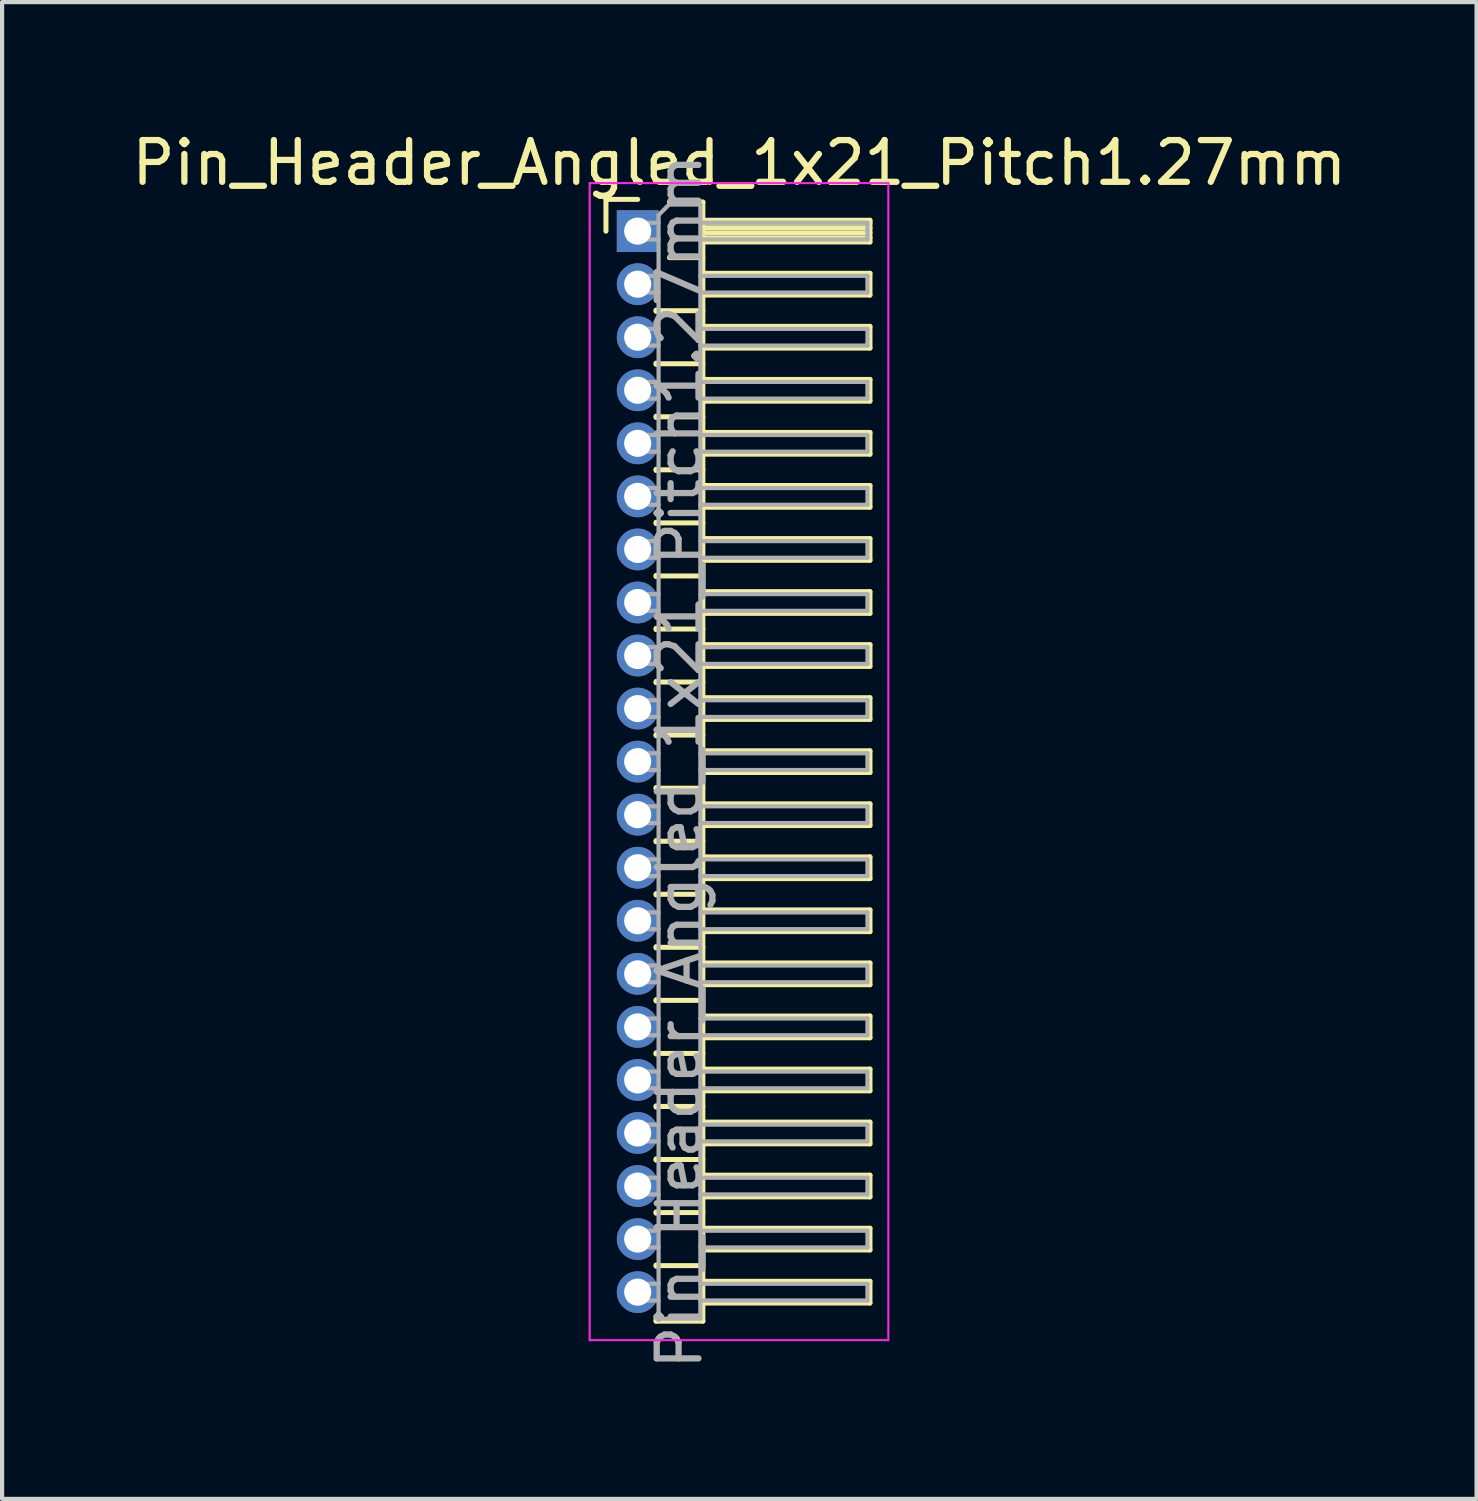
<source format=kicad_pcb>
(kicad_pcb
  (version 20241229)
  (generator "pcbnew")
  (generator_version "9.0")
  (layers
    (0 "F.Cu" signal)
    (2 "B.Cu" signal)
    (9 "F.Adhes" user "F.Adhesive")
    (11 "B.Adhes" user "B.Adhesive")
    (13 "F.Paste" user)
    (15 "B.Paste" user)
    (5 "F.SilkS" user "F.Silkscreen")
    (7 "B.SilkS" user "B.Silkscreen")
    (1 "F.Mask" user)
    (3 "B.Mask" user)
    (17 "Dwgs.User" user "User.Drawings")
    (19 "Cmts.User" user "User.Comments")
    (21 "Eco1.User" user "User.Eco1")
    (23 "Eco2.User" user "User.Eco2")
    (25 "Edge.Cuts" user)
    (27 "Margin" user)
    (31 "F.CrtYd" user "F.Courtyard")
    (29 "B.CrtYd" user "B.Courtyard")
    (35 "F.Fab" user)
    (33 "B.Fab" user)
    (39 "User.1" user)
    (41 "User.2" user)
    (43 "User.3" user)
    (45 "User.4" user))
  (footprint "Pin_Header_Angled_1x21_Pitch1.27mm"
    (layer "F.Cu")
    (at 12.216 2.483)
    (property "Reference" "Pin_Header_Angled_1x21_Pitch1.27mm" (at 2.433 -1.635 0) (layer "F.SilkS") (effects (font (size 1 1) (thickness 0.15))))
    (attr through_hole)
    (fp_line (start -0.76 -0.76) (end 0 -0.76) (stroke (width 0.12) (type solid)) (layer "F.SilkS"))
    (fp_line (start -0.76 0) (end -0.76 -0.76) (stroke (width 0.12) (type solid)) (layer "F.SilkS"))
    (fp_line (start 0.44 1.89) (end 0.44 1.92) (stroke (width 0.12) (type solid)) (layer "F.SilkS"))
    (fp_line (start 0.44 1.905) (end 1.56 1.905) (stroke (width 0.12) (type solid)) (layer "F.SilkS"))
    (fp_line (start 0.44 3.16) (end 0.44 3.19) (stroke (width 0.12) (type solid)) (layer "F.SilkS"))
    (fp_line (start 0.44 3.175) (end 1.56 3.175) (stroke (width 0.12) (type solid)) (layer "F.SilkS"))
    (fp_line (start 0.44 4.43) (end 0.44 4.46) (stroke (width 0.12) (type solid)) (layer "F.SilkS"))
    (fp_line (start 0.44 4.445) (end 1.56 4.445) (stroke (width 0.12) (type solid)) (layer "F.SilkS"))
    (fp_line (start 0.44 5.7) (end 0.44 5.73) (stroke (width 0.12) (type solid)) (layer "F.SilkS"))
    (fp_line (start 0.44 5.715) (end 1.56 5.715) (stroke (width 0.12) (type solid)) (layer "F.SilkS"))
    (fp_line (start 0.44 6.97) (end 0.44 7) (stroke (width 0.12) (type solid)) (layer "F.SilkS"))
    (fp_line (start 0.44 6.985) (end 1.56 6.985) (stroke (width 0.12) (type solid)) (layer "F.SilkS"))
    (fp_line (start 0.44 8.24) (end 0.44 8.27) (stroke (width 0.12) (type solid)) (layer "F.SilkS"))
    (fp_line (start 0.44 8.255) (end 1.56 8.255) (stroke (width 0.12) (type solid)) (layer "F.SilkS"))
    (fp_line (start 0.44 9.51) (end 0.44 9.54) (stroke (width 0.12) (type solid)) (layer "F.SilkS"))
    (fp_line (start 0.44 9.525) (end 1.56 9.525) (stroke (width 0.12) (type solid)) (layer "F.SilkS"))
    (fp_line (start 0.44 10.78) (end 0.44 10.81) (stroke (width 0.12) (type solid)) (layer "F.SilkS"))
    (fp_line (start 0.44 10.795) (end 1.56 10.795) (stroke (width 0.12) (type solid)) (layer "F.SilkS"))
    (fp_line (start 0.44 12.05) (end 0.44 12.08) (stroke (width 0.12) (type solid)) (layer "F.SilkS"))
    (fp_line (start 0.44 12.065) (end 1.56 12.065) (stroke (width 0.12) (type solid)) (layer "F.SilkS"))
    (fp_line (start 0.44 13.32) (end 0.44 13.35) (stroke (width 0.12) (type solid)) (layer "F.SilkS"))
    (fp_line (start 0.44 13.335) (end 1.56 13.335) (stroke (width 0.12) (type solid)) (layer "F.SilkS"))
    (fp_line (start 0.44 14.59) (end 0.44 14.62) (stroke (width 0.12) (type solid)) (layer "F.SilkS"))
    (fp_line (start 0.44 14.605) (end 1.56 14.605) (stroke (width 0.12) (type solid)) (layer "F.SilkS"))
    (fp_line (start 0.44 15.86) (end 0.44 15.89) (stroke (width 0.12) (type solid)) (layer "F.SilkS"))
    (fp_line (start 0.44 15.875) (end 1.56 15.875) (stroke (width 0.12) (type solid)) (layer "F.SilkS"))
    (fp_line (start 0.44 17.13) (end 0.44 17.16) (stroke (width 0.12) (type solid)) (layer "F.SilkS"))
    (fp_line (start 0.44 17.145) (end 1.56 17.145) (stroke (width 0.12) (type solid)) (layer "F.SilkS"))
    (fp_line (start 0.44 18.4) (end 0.44 18.43) (stroke (width 0.12) (type solid)) (layer "F.SilkS"))
    (fp_line (start 0.44 18.415) (end 1.56 18.415) (stroke (width 0.12) (type solid)) (layer "F.SilkS"))
    (fp_line (start 0.44 19.67) (end 0.44 19.7) (stroke (width 0.12) (type solid)) (layer "F.SilkS"))
    (fp_line (start 0.44 19.685) (end 1.56 19.685) (stroke (width 0.12) (type solid)) (layer "F.SilkS"))
    (fp_line (start 0.44 20.94) (end 0.44 20.97) (stroke (width 0.12) (type solid)) (layer "F.SilkS"))
    (fp_line (start 0.44 20.955) (end 1.56 20.955) (stroke (width 0.12) (type solid)) (layer "F.SilkS"))
    (fp_line (start 0.44 22.21) (end 0.44 22.24) (stroke (width 0.12) (type solid)) (layer "F.SilkS"))
    (fp_line (start 0.44 22.225) (end 1.56 22.225) (stroke (width 0.12) (type solid)) (layer "F.SilkS"))
    (fp_line (start 0.44 23.48) (end 0.44 23.51) (stroke (width 0.12) (type solid)) (layer "F.SilkS"))
    (fp_line (start 0.44 23.495) (end 1.56 23.495) (stroke (width 0.12) (type solid)) (layer "F.SilkS"))
    (fp_line (start 0.44 24.75) (end 0.44 24.78) (stroke (width 0.12) (type solid)) (layer "F.SilkS"))
    (fp_line (start 0.44 24.765) (end 1.56 24.765) (stroke (width 0.12) (type solid)) (layer "F.SilkS"))
    (fp_line (start 0.44 26.095) (end 0.44 26.02) (stroke (width 0.12) (type solid)) (layer "F.SilkS"))
    (fp_line (start 0.76 -0.695) (end 1.56 -0.695) (stroke (width 0.12) (type solid)) (layer "F.SilkS"))
    (fp_line (start 0.76 0.635) (end 1.56 0.635) (stroke (width 0.12) (type solid)) (layer "F.SilkS"))
    (fp_line (start 1.56 -0.695) (end 1.56 26.095) (stroke (width 0.12) (type solid)) (layer "F.SilkS"))
    (fp_line (start 1.56 -0.26) (end 5.56 -0.26) (stroke (width 0.12) (type solid)) (layer "F.SilkS"))
    (fp_line (start 1.56 -0.2) (end 5.56 -0.2) (stroke (width 0.12) (type solid)) (layer "F.SilkS"))
    (fp_line (start 1.56 -0.08) (end 5.56 -0.08) (stroke (width 0.12) (type solid)) (layer "F.SilkS"))
    (fp_line (start 1.56 0.04) (end 5.56 0.04) (stroke (width 0.12) (type solid)) (layer "F.SilkS"))
    (fp_line (start 1.56 0.16) (end 5.56 0.16) (stroke (width 0.12) (type solid)) (layer "F.SilkS"))
    (fp_line (start 1.56 1.01) (end 5.56 1.01) (stroke (width 0.12) (type solid)) (layer "F.SilkS"))
    (fp_line (start 1.56 2.28) (end 5.56 2.28) (stroke (width 0.12) (type solid)) (layer "F.SilkS"))
    (fp_line (start 1.56 3.55) (end 5.56 3.55) (stroke (width 0.12) (type solid)) (layer "F.SilkS"))
    (fp_line (start 1.56 4.82) (end 5.56 4.82) (stroke (width 0.12) (type solid)) (layer "F.SilkS"))
    (fp_line (start 1.56 6.09) (end 5.56 6.09) (stroke (width 0.12) (type solid)) (layer "F.SilkS"))
    (fp_line (start 1.56 7.36) (end 5.56 7.36) (stroke (width 0.12) (type solid)) (layer "F.SilkS"))
    (fp_line (start 1.56 8.63) (end 5.56 8.63) (stroke (width 0.12) (type solid)) (layer "F.SilkS"))
    (fp_line (start 1.56 9.9) (end 5.56 9.9) (stroke (width 0.12) (type solid)) (layer "F.SilkS"))
    (fp_line (start 1.56 11.17) (end 5.56 11.17) (stroke (width 0.12) (type solid)) (layer "F.SilkS"))
    (fp_line (start 1.56 12.44) (end 5.56 12.44) (stroke (width 0.12) (type solid)) (layer "F.SilkS"))
    (fp_line (start 1.56 13.71) (end 5.56 13.71) (stroke (width 0.12) (type solid)) (layer "F.SilkS"))
    (fp_line (start 1.56 14.98) (end 5.56 14.98) (stroke (width 0.12) (type solid)) (layer "F.SilkS"))
    (fp_line (start 1.56 16.25) (end 5.56 16.25) (stroke (width 0.12) (type solid)) (layer "F.SilkS"))
    (fp_line (start 1.56 17.52) (end 5.56 17.52) (stroke (width 0.12) (type solid)) (layer "F.SilkS"))
    (fp_line (start 1.56 18.79) (end 5.56 18.79) (stroke (width 0.12) (type solid)) (layer "F.SilkS"))
    (fp_line (start 1.56 20.06) (end 5.56 20.06) (stroke (width 0.12) (type solid)) (layer "F.SilkS"))
    (fp_line (start 1.56 21.33) (end 5.56 21.33) (stroke (width 0.12) (type solid)) (layer "F.SilkS"))
    (fp_line (start 1.56 22.6) (end 5.56 22.6) (stroke (width 0.12) (type solid)) (layer "F.SilkS"))
    (fp_line (start 1.56 23.87) (end 5.56 23.87) (stroke (width 0.12) (type solid)) (layer "F.SilkS"))
    (fp_line (start 1.56 25.14) (end 5.56 25.14) (stroke (width 0.12) (type solid)) (layer "F.SilkS"))
    (fp_line (start 1.56 26.095) (end 0.44 26.095) (stroke (width 0.12) (type solid)) (layer "F.SilkS"))
    (fp_line (start 5.56 -0.26) (end 5.56 0.26) (stroke (width 0.12) (type solid)) (layer "F.SilkS"))
    (fp_line (start 5.56 0.26) (end 1.56 0.26) (stroke (width 0.12) (type solid)) (layer "F.SilkS"))
    (fp_line (start 5.56 1.01) (end 5.56 1.53) (stroke (width 0.12) (type solid)) (layer "F.SilkS"))
    (fp_line (start 5.56 1.53) (end 1.56 1.53) (stroke (width 0.12) (type solid)) (layer "F.SilkS"))
    (fp_line (start 5.56 2.28) (end 5.56 2.8) (stroke (width 0.12) (type solid)) (layer "F.SilkS"))
    (fp_line (start 5.56 2.8) (end 1.56 2.8) (stroke (width 0.12) (type solid)) (layer "F.SilkS"))
    (fp_line (start 5.56 3.55) (end 5.56 4.07) (stroke (width 0.12) (type solid)) (layer "F.SilkS"))
    (fp_line (start 5.56 4.07) (end 1.56 4.07) (stroke (width 0.12) (type solid)) (layer "F.SilkS"))
    (fp_line (start 5.56 4.82) (end 5.56 5.34) (stroke (width 0.12) (type solid)) (layer "F.SilkS"))
    (fp_line (start 5.56 5.34) (end 1.56 5.34) (stroke (width 0.12) (type solid)) (layer "F.SilkS"))
    (fp_line (start 5.56 6.09) (end 5.56 6.61) (stroke (width 0.12) (type solid)) (layer "F.SilkS"))
    (fp_line (start 5.56 6.61) (end 1.56 6.61) (stroke (width 0.12) (type solid)) (layer "F.SilkS"))
    (fp_line (start 5.56 7.36) (end 5.56 7.88) (stroke (width 0.12) (type solid)) (layer "F.SilkS"))
    (fp_line (start 5.56 7.88) (end 1.56 7.88) (stroke (width 0.12) (type solid)) (layer "F.SilkS"))
    (fp_line (start 5.56 8.63) (end 5.56 9.15) (stroke (width 0.12) (type solid)) (layer "F.SilkS"))
    (fp_line (start 5.56 9.15) (end 1.56 9.15) (stroke (width 0.12) (type solid)) (layer "F.SilkS"))
    (fp_line (start 5.56 9.9) (end 5.56 10.42) (stroke (width 0.12) (type solid)) (layer "F.SilkS"))
    (fp_line (start 5.56 10.42) (end 1.56 10.42) (stroke (width 0.12) (type solid)) (layer "F.SilkS"))
    (fp_line (start 5.56 11.17) (end 5.56 11.69) (stroke (width 0.12) (type solid)) (layer "F.SilkS"))
    (fp_line (start 5.56 11.69) (end 1.56 11.69) (stroke (width 0.12) (type solid)) (layer "F.SilkS"))
    (fp_line (start 5.56 12.44) (end 5.56 12.96) (stroke (width 0.12) (type solid)) (layer "F.SilkS"))
    (fp_line (start 5.56 12.96) (end 1.56 12.96) (stroke (width 0.12) (type solid)) (layer "F.SilkS"))
    (fp_line (start 5.56 13.71) (end 5.56 14.23) (stroke (width 0.12) (type solid)) (layer "F.SilkS"))
    (fp_line (start 5.56 14.23) (end 1.56 14.23) (stroke (width 0.12) (type solid)) (layer "F.SilkS"))
    (fp_line (start 5.56 14.98) (end 5.56 15.5) (stroke (width 0.12) (type solid)) (layer "F.SilkS"))
    (fp_line (start 5.56 15.5) (end 1.56 15.5) (stroke (width 0.12) (type solid)) (layer "F.SilkS"))
    (fp_line (start 5.56 16.25) (end 5.56 16.77) (stroke (width 0.12) (type solid)) (layer "F.SilkS"))
    (fp_line (start 5.56 16.77) (end 1.56 16.77) (stroke (width 0.12) (type solid)) (layer "F.SilkS"))
    (fp_line (start 5.56 17.52) (end 5.56 18.04) (stroke (width 0.12) (type solid)) (layer "F.SilkS"))
    (fp_line (start 5.56 18.04) (end 1.56 18.04) (stroke (width 0.12) (type solid)) (layer "F.SilkS"))
    (fp_line (start 5.56 18.79) (end 5.56 19.31) (stroke (width 0.12) (type solid)) (layer "F.SilkS"))
    (fp_line (start 5.56 19.31) (end 1.56 19.31) (stroke (width 0.12) (type solid)) (layer "F.SilkS"))
    (fp_line (start 5.56 20.06) (end 5.56 20.58) (stroke (width 0.12) (type solid)) (layer "F.SilkS"))
    (fp_line (start 5.56 20.58) (end 1.56 20.58) (stroke (width 0.12) (type solid)) (layer "F.SilkS"))
    (fp_line (start 5.56 21.33) (end 5.56 21.85) (stroke (width 0.12) (type solid)) (layer "F.SilkS"))
    (fp_line (start 5.56 21.85) (end 1.56 21.85) (stroke (width 0.12) (type solid)) (layer "F.SilkS"))
    (fp_line (start 5.56 22.6) (end 5.56 23.12) (stroke (width 0.12) (type solid)) (layer "F.SilkS"))
    (fp_line (start 5.56 23.12) (end 1.56 23.12) (stroke (width 0.12) (type solid)) (layer "F.SilkS"))
    (fp_line (start 5.56 23.87) (end 5.56 24.39) (stroke (width 0.12) (type solid)) (layer "F.SilkS"))
    (fp_line (start 5.56 24.39) (end 1.56 24.39) (stroke (width 0.12) (type solid)) (layer "F.SilkS"))
    (fp_line (start 5.56 25.14) (end 5.56 25.66) (stroke (width 0.12) (type solid)) (layer "F.SilkS"))
    (fp_line (start 5.56 25.66) (end 1.56 25.66) (stroke (width 0.12) (type solid)) (layer "F.SilkS"))
    (fp_line (start -1.15 -1.15) (end -1.15 26.55) (stroke (width 0.05) (type solid)) (layer "F.CrtYd"))
    (fp_line (start -1.15 26.55) (end 6 26.55) (stroke (width 0.05) (type solid)) (layer "F.CrtYd"))
    (fp_line (start 6 -1.15) (end -1.15 -1.15) (stroke (width 0.05) (type solid)) (layer "F.CrtYd"))
    (fp_line (start 6 26.55) (end 6 -1.15) (stroke (width 0.05) (type solid)) (layer "F.CrtYd"))
    (fp_line (start -0.2 -0.2) (end -0.2 0.2) (stroke (width 0.1) (type solid)) (layer "F.Fab"))
    (fp_line (start -0.2 -0.2) (end 0.5 -0.2) (stroke (width 0.1) (type solid)) (layer "F.Fab"))
    (fp_line (start -0.2 0.2) (end 0.5 0.2) (stroke (width 0.1) (type solid)) (layer "F.Fab"))
    (fp_line (start -0.2 1.07) (end -0.2 1.47) (stroke (width 0.1) (type solid)) (layer "F.Fab"))
    (fp_line (start -0.2 1.07) (end 0.5 1.07) (stroke (width 0.1) (type solid)) (layer "F.Fab"))
    (fp_line (start -0.2 1.47) (end 0.5 1.47) (stroke (width 0.1) (type solid)) (layer "F.Fab"))
    (fp_line (start -0.2 2.34) (end -0.2 2.74) (stroke (width 0.1) (type solid)) (layer "F.Fab"))
    (fp_line (start -0.2 2.34) (end 0.5 2.34) (stroke (width 0.1) (type solid)) (layer "F.Fab"))
    (fp_line (start -0.2 2.74) (end 0.5 2.74) (stroke (width 0.1) (type solid)) (layer "F.Fab"))
    (fp_line (start -0.2 3.61) (end -0.2 4.01) (stroke (width 0.1) (type solid)) (layer "F.Fab"))
    (fp_line (start -0.2 3.61) (end 0.5 3.61) (stroke (width 0.1) (type solid)) (layer "F.Fab"))
    (fp_line (start -0.2 4.01) (end 0.5 4.01) (stroke (width 0.1) (type solid)) (layer "F.Fab"))
    (fp_line (start -0.2 4.88) (end -0.2 5.28) (stroke (width 0.1) (type solid)) (layer "F.Fab"))
    (fp_line (start -0.2 4.88) (end 0.5 4.88) (stroke (width 0.1) (type solid)) (layer "F.Fab"))
    (fp_line (start -0.2 5.28) (end 0.5 5.28) (stroke (width 0.1) (type solid)) (layer "F.Fab"))
    (fp_line (start -0.2 6.15) (end -0.2 6.55) (stroke (width 0.1) (type solid)) (layer "F.Fab"))
    (fp_line (start -0.2 6.15) (end 0.5 6.15) (stroke (width 0.1) (type solid)) (layer "F.Fab"))
    (fp_line (start -0.2 6.55) (end 0.5 6.55) (stroke (width 0.1) (type solid)) (layer "F.Fab"))
    (fp_line (start -0.2 7.42) (end -0.2 7.82) (stroke (width 0.1) (type solid)) (layer "F.Fab"))
    (fp_line (start -0.2 7.42) (end 0.5 7.42) (stroke (width 0.1) (type solid)) (layer "F.Fab"))
    (fp_line (start -0.2 7.82) (end 0.5 7.82) (stroke (width 0.1) (type solid)) (layer "F.Fab"))
    (fp_line (start -0.2 8.69) (end -0.2 9.09) (stroke (width 0.1) (type solid)) (layer "F.Fab"))
    (fp_line (start -0.2 8.69) (end 0.5 8.69) (stroke (width 0.1) (type solid)) (layer "F.Fab"))
    (fp_line (start -0.2 9.09) (end 0.5 9.09) (stroke (width 0.1) (type solid)) (layer "F.Fab"))
    (fp_line (start -0.2 9.96) (end -0.2 10.36) (stroke (width 0.1) (type solid)) (layer "F.Fab"))
    (fp_line (start -0.2 9.96) (end 0.5 9.96) (stroke (width 0.1) (type solid)) (layer "F.Fab"))
    (fp_line (start -0.2 10.36) (end 0.5 10.36) (stroke (width 0.1) (type solid)) (layer "F.Fab"))
    (fp_line (start -0.2 11.23) (end -0.2 11.63) (stroke (width 0.1) (type solid)) (layer "F.Fab"))
    (fp_line (start -0.2 11.23) (end 0.5 11.23) (stroke (width 0.1) (type solid)) (layer "F.Fab"))
    (fp_line (start -0.2 11.63) (end 0.5 11.63) (stroke (width 0.1) (type solid)) (layer "F.Fab"))
    (fp_line (start -0.2 12.5) (end -0.2 12.9) (stroke (width 0.1) (type solid)) (layer "F.Fab"))
    (fp_line (start -0.2 12.5) (end 0.5 12.5) (stroke (width 0.1) (type solid)) (layer "F.Fab"))
    (fp_line (start -0.2 12.9) (end 0.5 12.9) (stroke (width 0.1) (type solid)) (layer "F.Fab"))
    (fp_line (start -0.2 13.77) (end -0.2 14.17) (stroke (width 0.1) (type solid)) (layer "F.Fab"))
    (fp_line (start -0.2 13.77) (end 0.5 13.77) (stroke (width 0.1) (type solid)) (layer "F.Fab"))
    (fp_line (start -0.2 14.17) (end 0.5 14.17) (stroke (width 0.1) (type solid)) (layer "F.Fab"))
    (fp_line (start -0.2 15.04) (end -0.2 15.44) (stroke (width 0.1) (type solid)) (layer "F.Fab"))
    (fp_line (start -0.2 15.04) (end 0.5 15.04) (stroke (width 0.1) (type solid)) (layer "F.Fab"))
    (fp_line (start -0.2 15.44) (end 0.5 15.44) (stroke (width 0.1) (type solid)) (layer "F.Fab"))
    (fp_line (start -0.2 16.31) (end -0.2 16.71) (stroke (width 0.1) (type solid)) (layer "F.Fab"))
    (fp_line (start -0.2 16.31) (end 0.5 16.31) (stroke (width 0.1) (type solid)) (layer "F.Fab"))
    (fp_line (start -0.2 16.71) (end 0.5 16.71) (stroke (width 0.1) (type solid)) (layer "F.Fab"))
    (fp_line (start -0.2 17.58) (end -0.2 17.98) (stroke (width 0.1) (type solid)) (layer "F.Fab"))
    (fp_line (start -0.2 17.58) (end 0.5 17.58) (stroke (width 0.1) (type solid)) (layer "F.Fab"))
    (fp_line (start -0.2 17.98) (end 0.5 17.98) (stroke (width 0.1) (type solid)) (layer "F.Fab"))
    (fp_line (start -0.2 18.85) (end -0.2 19.25) (stroke (width 0.1) (type solid)) (layer "F.Fab"))
    (fp_line (start -0.2 18.85) (end 0.5 18.85) (stroke (width 0.1) (type solid)) (layer "F.Fab"))
    (fp_line (start -0.2 19.25) (end 0.5 19.25) (stroke (width 0.1) (type solid)) (layer "F.Fab"))
    (fp_line (start -0.2 20.12) (end -0.2 20.52) (stroke (width 0.1) (type solid)) (layer "F.Fab"))
    (fp_line (start -0.2 20.12) (end 0.5 20.12) (stroke (width 0.1) (type solid)) (layer "F.Fab"))
    (fp_line (start -0.2 20.52) (end 0.5 20.52) (stroke (width 0.1) (type solid)) (layer "F.Fab"))
    (fp_line (start -0.2 21.39) (end -0.2 21.79) (stroke (width 0.1) (type solid)) (layer "F.Fab"))
    (fp_line (start -0.2 21.39) (end 0.5 21.39) (stroke (width 0.1) (type solid)) (layer "F.Fab"))
    (fp_line (start -0.2 21.79) (end 0.5 21.79) (stroke (width 0.1) (type solid)) (layer "F.Fab"))
    (fp_line (start -0.2 22.66) (end -0.2 23.06) (stroke (width 0.1) (type solid)) (layer "F.Fab"))
    (fp_line (start -0.2 22.66) (end 0.5 22.66) (stroke (width 0.1) (type solid)) (layer "F.Fab"))
    (fp_line (start -0.2 23.06) (end 0.5 23.06) (stroke (width 0.1) (type solid)) (layer "F.Fab"))
    (fp_line (start -0.2 23.93) (end -0.2 24.33) (stroke (width 0.1) (type solid)) (layer "F.Fab"))
    (fp_line (start -0.2 23.93) (end 0.5 23.93) (stroke (width 0.1) (type solid)) (layer "F.Fab"))
    (fp_line (start -0.2 24.33) (end 0.5 24.33) (stroke (width 0.1) (type solid)) (layer "F.Fab"))
    (fp_line (start -0.2 25.2) (end -0.2 25.6) (stroke (width 0.1) (type solid)) (layer "F.Fab"))
    (fp_line (start -0.2 25.2) (end 0.5 25.2) (stroke (width 0.1) (type solid)) (layer "F.Fab"))
    (fp_line (start -0.2 25.6) (end 0.5 25.6) (stroke (width 0.1) (type solid)) (layer "F.Fab"))
    (fp_line (start 0.5 -0.385) (end 0.75 -0.635) (stroke (width 0.1) (type solid)) (layer "F.Fab"))
    (fp_line (start 0.5 26.035) (end 0.5 -0.385) (stroke (width 0.1) (type solid)) (layer "F.Fab"))
    (fp_line (start 0.75 -0.635) (end 1.5 -0.635) (stroke (width 0.1) (type solid)) (layer "F.Fab"))
    (fp_line (start 1.5 -0.635) (end 1.5 26.035) (stroke (width 0.1) (type solid)) (layer "F.Fab"))
    (fp_line (start 1.5 -0.2) (end 5.5 -0.2) (stroke (width 0.1) (type solid)) (layer "F.Fab"))
    (fp_line (start 1.5 0.2) (end 5.5 0.2) (stroke (width 0.1) (type solid)) (layer "F.Fab"))
    (fp_line (start 1.5 1.07) (end 5.5 1.07) (stroke (width 0.1) (type solid)) (layer "F.Fab"))
    (fp_line (start 1.5 1.47) (end 5.5 1.47) (stroke (width 0.1) (type solid)) (layer "F.Fab"))
    (fp_line (start 1.5 2.34) (end 5.5 2.34) (stroke (width 0.1) (type solid)) (layer "F.Fab"))
    (fp_line (start 1.5 2.74) (end 5.5 2.74) (stroke (width 0.1) (type solid)) (layer "F.Fab"))
    (fp_line (start 1.5 3.61) (end 5.5 3.61) (stroke (width 0.1) (type solid)) (layer "F.Fab"))
    (fp_line (start 1.5 4.01) (end 5.5 4.01) (stroke (width 0.1) (type solid)) (layer "F.Fab"))
    (fp_line (start 1.5 4.88) (end 5.5 4.88) (stroke (width 0.1) (type solid)) (layer "F.Fab"))
    (fp_line (start 1.5 5.28) (end 5.5 5.28) (stroke (width 0.1) (type solid)) (layer "F.Fab"))
    (fp_line (start 1.5 6.15) (end 5.5 6.15) (stroke (width 0.1) (type solid)) (layer "F.Fab"))
    (fp_line (start 1.5 6.55) (end 5.5 6.55) (stroke (width 0.1) (type solid)) (layer "F.Fab"))
    (fp_line (start 1.5 7.42) (end 5.5 7.42) (stroke (width 0.1) (type solid)) (layer "F.Fab"))
    (fp_line (start 1.5 7.82) (end 5.5 7.82) (stroke (width 0.1) (type solid)) (layer "F.Fab"))
    (fp_line (start 1.5 8.69) (end 5.5 8.69) (stroke (width 0.1) (type solid)) (layer "F.Fab"))
    (fp_line (start 1.5 9.09) (end 5.5 9.09) (stroke (width 0.1) (type solid)) (layer "F.Fab"))
    (fp_line (start 1.5 9.96) (end 5.5 9.96) (stroke (width 0.1) (type solid)) (layer "F.Fab"))
    (fp_line (start 1.5 10.36) (end 5.5 10.36) (stroke (width 0.1) (type solid)) (layer "F.Fab"))
    (fp_line (start 1.5 11.23) (end 5.5 11.23) (stroke (width 0.1) (type solid)) (layer "F.Fab"))
    (fp_line (start 1.5 11.63) (end 5.5 11.63) (stroke (width 0.1) (type solid)) (layer "F.Fab"))
    (fp_line (start 1.5 12.5) (end 5.5 12.5) (stroke (width 0.1) (type solid)) (layer "F.Fab"))
    (fp_line (start 1.5 12.9) (end 5.5 12.9) (stroke (width 0.1) (type solid)) (layer "F.Fab"))
    (fp_line (start 1.5 13.77) (end 5.5 13.77) (stroke (width 0.1) (type solid)) (layer "F.Fab"))
    (fp_line (start 1.5 14.17) (end 5.5 14.17) (stroke (width 0.1) (type solid)) (layer "F.Fab"))
    (fp_line (start 1.5 15.04) (end 5.5 15.04) (stroke (width 0.1) (type solid)) (layer "F.Fab"))
    (fp_line (start 1.5 15.44) (end 5.5 15.44) (stroke (width 0.1) (type solid)) (layer "F.Fab"))
    (fp_line (start 1.5 16.31) (end 5.5 16.31) (stroke (width 0.1) (type solid)) (layer "F.Fab"))
    (fp_line (start 1.5 16.71) (end 5.5 16.71) (stroke (width 0.1) (type solid)) (layer "F.Fab"))
    (fp_line (start 1.5 17.58) (end 5.5 17.58) (stroke (width 0.1) (type solid)) (layer "F.Fab"))
    (fp_line (start 1.5 17.98) (end 5.5 17.98) (stroke (width 0.1) (type solid)) (layer "F.Fab"))
    (fp_line (start 1.5 18.85) (end 5.5 18.85) (stroke (width 0.1) (type solid)) (layer "F.Fab"))
    (fp_line (start 1.5 19.25) (end 5.5 19.25) (stroke (width 0.1) (type solid)) (layer "F.Fab"))
    (fp_line (start 1.5 20.12) (end 5.5 20.12) (stroke (width 0.1) (type solid)) (layer "F.Fab"))
    (fp_line (start 1.5 20.52) (end 5.5 20.52) (stroke (width 0.1) (type solid)) (layer "F.Fab"))
    (fp_line (start 1.5 21.39) (end 5.5 21.39) (stroke (width 0.1) (type solid)) (layer "F.Fab"))
    (fp_line (start 1.5 21.79) (end 5.5 21.79) (stroke (width 0.1) (type solid)) (layer "F.Fab"))
    (fp_line (start 1.5 22.66) (end 5.5 22.66) (stroke (width 0.1) (type solid)) (layer "F.Fab"))
    (fp_line (start 1.5 23.06) (end 5.5 23.06) (stroke (width 0.1) (type solid)) (layer "F.Fab"))
    (fp_line (start 1.5 23.93) (end 5.5 23.93) (stroke (width 0.1) (type solid)) (layer "F.Fab"))
    (fp_line (start 1.5 24.33) (end 5.5 24.33) (stroke (width 0.1) (type solid)) (layer "F.Fab"))
    (fp_line (start 1.5 25.2) (end 5.5 25.2) (stroke (width 0.1) (type solid)) (layer "F.Fab"))
    (fp_line (start 1.5 25.6) (end 5.5 25.6) (stroke (width 0.1) (type solid)) (layer "F.Fab"))
    (fp_line (start 1.5 26.035) (end 0.5 26.035) (stroke (width 0.1) (type solid)) (layer "F.Fab"))
    (fp_line (start 5.5 -0.2) (end 5.5 0.2) (stroke (width 0.1) (type solid)) (layer "F.Fab"))
    (fp_line (start 5.5 1.07) (end 5.5 1.47) (stroke (width 0.1) (type solid)) (layer "F.Fab"))
    (fp_line (start 5.5 2.34) (end 5.5 2.74) (stroke (width 0.1) (type solid)) (layer "F.Fab"))
    (fp_line (start 5.5 3.61) (end 5.5 4.01) (stroke (width 0.1) (type solid)) (layer "F.Fab"))
    (fp_line (start 5.5 4.88) (end 5.5 5.28) (stroke (width 0.1) (type solid)) (layer "F.Fab"))
    (fp_line (start 5.5 6.15) (end 5.5 6.55) (stroke (width 0.1) (type solid)) (layer "F.Fab"))
    (fp_line (start 5.5 7.42) (end 5.5 7.82) (stroke (width 0.1) (type solid)) (layer "F.Fab"))
    (fp_line (start 5.5 8.69) (end 5.5 9.09) (stroke (width 0.1) (type solid)) (layer "F.Fab"))
    (fp_line (start 5.5 9.96) (end 5.5 10.36) (stroke (width 0.1) (type solid)) (layer "F.Fab"))
    (fp_line (start 5.5 11.23) (end 5.5 11.63) (stroke (width 0.1) (type solid)) (layer "F.Fab"))
    (fp_line (start 5.5 12.5) (end 5.5 12.9) (stroke (width 0.1) (type solid)) (layer "F.Fab"))
    (fp_line (start 5.5 13.77) (end 5.5 14.17) (stroke (width 0.1) (type solid)) (layer "F.Fab"))
    (fp_line (start 5.5 15.04) (end 5.5 15.44) (stroke (width 0.1) (type solid)) (layer "F.Fab"))
    (fp_line (start 5.5 16.31) (end 5.5 16.71) (stroke (width 0.1) (type solid)) (layer "F.Fab"))
    (fp_line (start 5.5 17.58) (end 5.5 17.98) (stroke (width 0.1) (type solid)) (layer "F.Fab"))
    (fp_line (start 5.5 18.85) (end 5.5 19.25) (stroke (width 0.1) (type solid)) (layer "F.Fab"))
    (fp_line (start 5.5 20.12) (end 5.5 20.52) (stroke (width 0.1) (type solid)) (layer "F.Fab"))
    (fp_line (start 5.5 21.39) (end 5.5 21.79) (stroke (width 0.1) (type solid)) (layer "F.Fab"))
    (fp_line (start 5.5 22.66) (end 5.5 23.06) (stroke (width 0.1) (type solid)) (layer "F.Fab"))
    (fp_line (start 5.5 23.93) (end 5.5 24.33) (stroke (width 0.1) (type solid)) (layer "F.Fab"))
    (fp_line (start 5.5 25.2) (end 5.5 25.6) (stroke (width 0.1) (type solid)) (layer "F.Fab"))
    (fp_text user "${REFERENCE}" (at 1 12.7 90) (layer "F.Fab") (effects (font (size 1 1) (thickness 0.15))))
    (pad "1" thru_hole rect (at 0 0) (size 1 1) (drill 0.65) (layers "*.Cu" "*.Mask"))
    (pad "2" thru_hole oval (at 0 1.27) (size 1 1) (drill 0.65) (layers "*.Cu" "*.Mask"))
    (pad "3" thru_hole oval (at 0 2.54) (size 1 1) (drill 0.65) (layers "*.Cu" "*.Mask"))
    (pad "4" thru_hole oval (at 0 3.81) (size 1 1) (drill 0.65) (layers "*.Cu" "*.Mask"))
    (pad "5" thru_hole oval (at 0 5.08) (size 1 1) (drill 0.65) (layers "*.Cu" "*.Mask"))
    (pad "6" thru_hole oval (at 0 6.35) (size 1 1) (drill 0.65) (layers "*.Cu" "*.Mask"))
    (pad "7" thru_hole oval (at 0 7.62) (size 1 1) (drill 0.65) (layers "*.Cu" "*.Mask"))
    (pad "8" thru_hole oval (at 0 8.89) (size 1 1) (drill 0.65) (layers "*.Cu" "*.Mask"))
    (pad "9" thru_hole oval (at 0 10.16) (size 1 1) (drill 0.65) (layers "*.Cu" "*.Mask"))
    (pad "10" thru_hole oval (at 0 11.43) (size 1 1) (drill 0.65) (layers "*.Cu" "*.Mask"))
    (pad "11" thru_hole oval (at 0 12.7) (size 1 1) (drill 0.65) (layers "*.Cu" "*.Mask"))
    (pad "12" thru_hole oval (at 0 13.97) (size 1 1) (drill 0.65) (layers "*.Cu" "*.Mask"))
    (pad "13" thru_hole oval (at 0 15.24) (size 1 1) (drill 0.65) (layers "*.Cu" "*.Mask"))
    (pad "14" thru_hole oval (at 0 16.51) (size 1 1) (drill 0.65) (layers "*.Cu" "*.Mask"))
    (pad "15" thru_hole oval (at 0 17.78) (size 1 1) (drill 0.65) (layers "*.Cu" "*.Mask"))
    (pad "16" thru_hole oval (at 0 19.05) (size 1 1) (drill 0.65) (layers "*.Cu" "*.Mask"))
    (pad "17" thru_hole oval (at 0 20.32) (size 1 1) (drill 0.65) (layers "*.Cu" "*.Mask"))
    (pad "18" thru_hole oval (at 0 21.59) (size 1 1) (drill 0.65) (layers "*.Cu" "*.Mask"))
    (pad "19" thru_hole oval (at 0 22.86) (size 1 1) (drill 0.65) (layers "*.Cu" "*.Mask"))
    (pad "20" thru_hole oval (at 0 24.13) (size 1 1) (drill 0.65) (layers "*.Cu" "*.Mask"))
    (pad "21" thru_hole oval (at 0 25.4) (size 1 1) (drill 0.65) (layers "*.Cu" "*.Mask")))
  (gr_rect
    (start -3 -3)
    (end 32.298 32.832)
    (stroke (width 0.1) (type default))
    (fill no)
    (layer "Edge.Cuts")))
</source>
